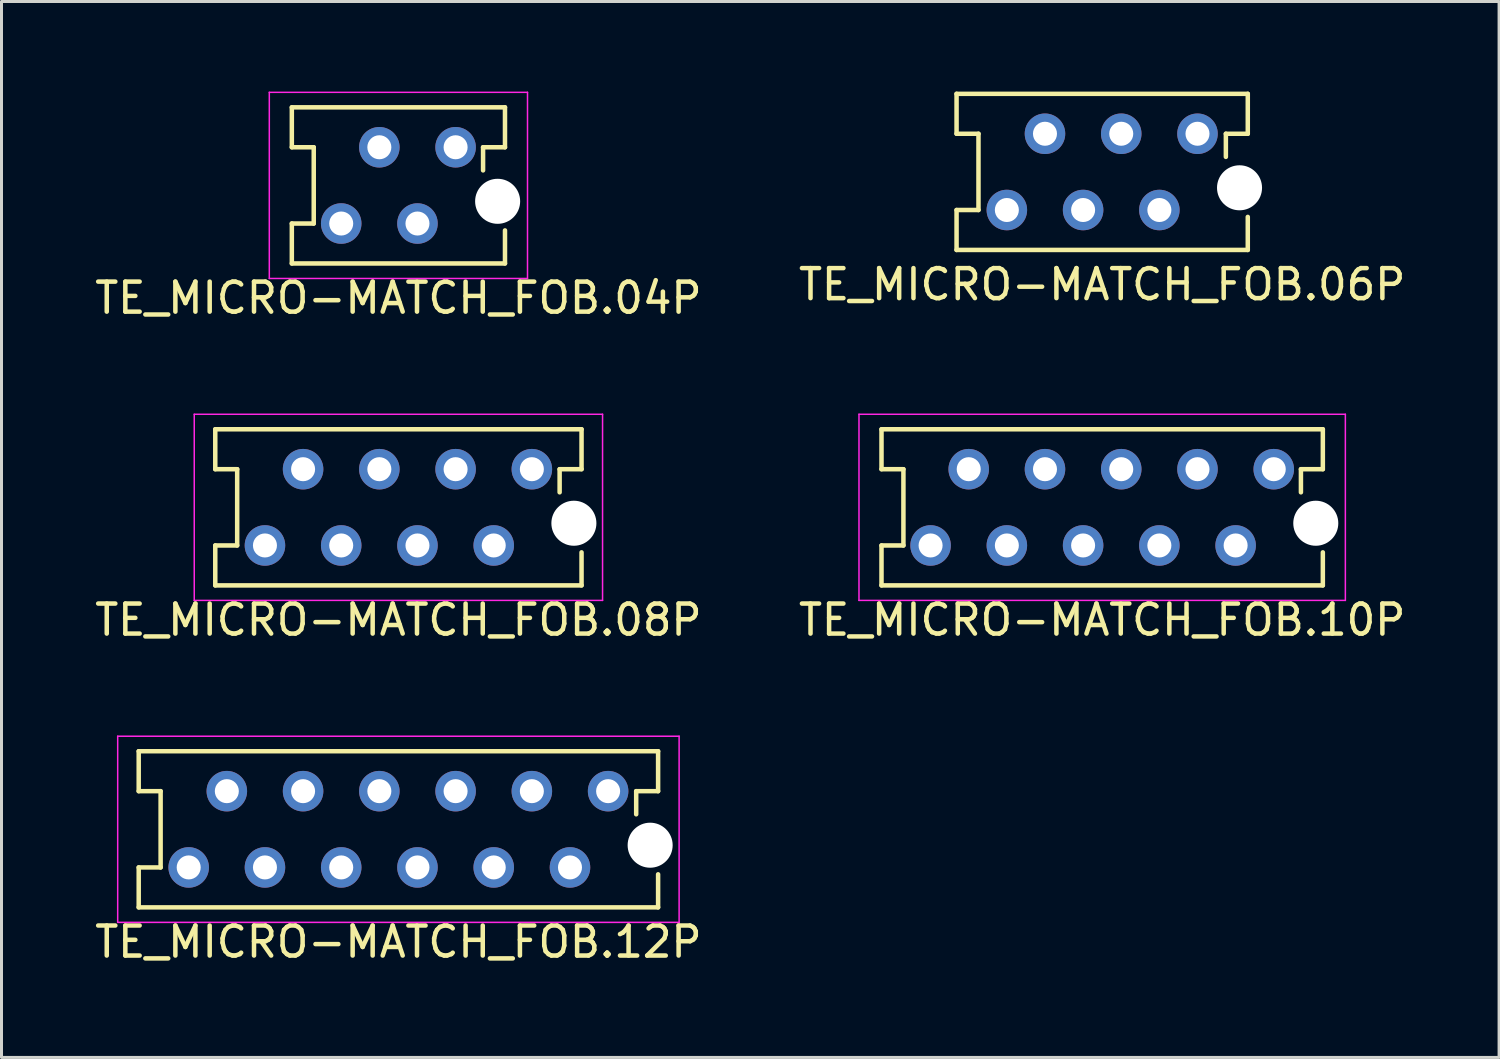
<source format=kicad_pcb>
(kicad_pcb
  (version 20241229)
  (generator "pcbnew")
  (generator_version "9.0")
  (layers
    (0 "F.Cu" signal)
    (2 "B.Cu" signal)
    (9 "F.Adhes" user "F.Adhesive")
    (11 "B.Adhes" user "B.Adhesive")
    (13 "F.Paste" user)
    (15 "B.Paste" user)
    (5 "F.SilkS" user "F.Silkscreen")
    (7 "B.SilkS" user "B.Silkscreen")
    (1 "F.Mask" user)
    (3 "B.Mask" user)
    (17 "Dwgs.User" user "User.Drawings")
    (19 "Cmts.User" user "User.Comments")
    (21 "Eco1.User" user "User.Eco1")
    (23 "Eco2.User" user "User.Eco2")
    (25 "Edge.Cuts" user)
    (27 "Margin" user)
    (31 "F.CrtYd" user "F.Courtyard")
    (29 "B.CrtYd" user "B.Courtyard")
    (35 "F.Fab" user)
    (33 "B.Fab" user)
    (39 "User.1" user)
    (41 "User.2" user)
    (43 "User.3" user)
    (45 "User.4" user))
  (footprint "TE_MICRO-MATCH_FOB.04P"
    (layer "F.Cu")
    (at 10.22 3.125)
    (property "Reference" "TE_MICRO-MATCH_FOB.04P" (at 0 3.75 0) (layer "F.SilkS") (effects (font (size 1 1) (thickness 0.15))))
    (attr through_hole)
    (fp_line (start -3.55 -2.6) (end -3.55 -1.27) (stroke (width 0.15) (type solid)) (layer "F.SilkS"))
    (fp_line (start -3.55 -2.6) (end 3.55 -2.6) (stroke (width 0.15) (type solid)) (layer "F.SilkS"))
    (fp_line (start -3.55 -1.27) (end -2.82 -1.27) (stroke (width 0.15) (type solid)) (layer "F.SilkS"))
    (fp_line (start -3.55 1.27) (end -2.82 1.27) (stroke (width 0.15) (type solid)) (layer "F.SilkS"))
    (fp_line (start -3.55 2.6) (end -3.55 1.27) (stroke (width 0.15) (type solid)) (layer "F.SilkS"))
    (fp_line (start -3.55 2.6) (end 3.55 2.6) (stroke (width 0.15) (type solid)) (layer "F.SilkS"))
    (fp_line (start -2.82 -1.27) (end -2.82 1.27) (stroke (width 0.15) (type solid)) (layer "F.SilkS"))
    (fp_line (start 2.82 -1.27) (end 2.82 -0.5) (stroke (width 0.15) (type solid)) (layer "F.SilkS"))
    (fp_line (start 3.55 -2.6) (end 3.55 -1.27) (stroke (width 0.15) (type solid)) (layer "F.SilkS"))
    (fp_line (start 3.55 -1.27) (end 2.82 -1.27) (stroke (width 0.15) (type solid)) (layer "F.SilkS"))
    (fp_line (start 3.55 2.6) (end 3.55 1.5) (stroke (width 0.15) (type solid)) (layer "F.SilkS"))
    (fp_line (start -4.3 -3.1) (end 4.3 -3.1) (stroke (width 0.05) (type solid)) (layer "F.CrtYd"))
    (fp_line (start -4.3 3.1) (end -4.3 -3.1) (stroke (width 0.05) (type solid)) (layer "F.CrtYd"))
    (fp_line (start 4.3 -3.1) (end 4.3 3.1) (stroke (width 0.05) (type solid)) (layer "F.CrtYd"))
    (fp_line (start 4.3 3.1) (end -4.3 3.1) (stroke (width 0.05) (type solid)) (layer "F.CrtYd"))
    (pad "" np_thru_hole circle (at 3.305 0.53) (size 1.5 1.5) (drill 1.5) (layers "*.Cu" "*.Mask"))
    (pad "1" thru_hole circle (at 1.905 -1.27) (size 1.35 1.35) (drill 0.8) (layers "*.Cu" "*.Mask"))
    (pad "2" thru_hole circle (at 0.635 1.27) (size 1.35 1.35) (drill 0.8) (layers "*.Cu" "*.Mask"))
    (pad "3" thru_hole circle (at -0.635 -1.27) (size 1.35 1.35) (drill 0.8) (layers "*.Cu" "*.Mask"))
    (pad "4" thru_hole circle (at -1.905 1.27) (size 1.35 1.35) (drill 0.8) (layers "*.Cu" "*.Mask")))
  (footprint "TE_MICRO-MATCH_FOB.10P"
    (layer "F.Cu")
    (at 33.661 13.848)
    (property "Reference" "TE_MICRO-MATCH_FOB.10P" (at 0 3.75 0) (layer "F.SilkS") (effects (font (size 1 1) (thickness 0.15))))
    (attr through_hole)
    (fp_line (start -7.35 -2.6) (end -7.35 -1.27) (stroke (width 0.15) (type solid)) (layer "F.SilkS"))
    (fp_line (start -7.35 -2.6) (end 7.35 -2.6) (stroke (width 0.15) (type solid)) (layer "F.SilkS"))
    (fp_line (start -7.35 -1.27) (end -6.62 -1.27) (stroke (width 0.15) (type solid)) (layer "F.SilkS"))
    (fp_line (start -7.35 1.27) (end -6.62 1.27) (stroke (width 0.15) (type solid)) (layer "F.SilkS"))
    (fp_line (start -7.35 2.6) (end -7.35 1.27) (stroke (width 0.15) (type solid)) (layer "F.SilkS"))
    (fp_line (start -7.35 2.6) (end 7.35 2.6) (stroke (width 0.15) (type solid)) (layer "F.SilkS"))
    (fp_line (start -6.62 -1.27) (end -6.62 1.27) (stroke (width 0.15) (type solid)) (layer "F.SilkS"))
    (fp_line (start 6.62 -1.27) (end 6.62 -0.5) (stroke (width 0.15) (type solid)) (layer "F.SilkS"))
    (fp_line (start 7.35 -2.6) (end 7.35 -1.27) (stroke (width 0.15) (type solid)) (layer "F.SilkS"))
    (fp_line (start 7.35 -1.27) (end 6.62 -1.27) (stroke (width 0.15) (type solid)) (layer "F.SilkS"))
    (fp_line (start 7.35 2.6) (end 7.35 1.5) (stroke (width 0.15) (type solid)) (layer "F.SilkS"))
    (fp_line (start -8.1 -3.1) (end 8.1 -3.1) (stroke (width 0.05) (type solid)) (layer "F.CrtYd"))
    (fp_line (start -8.1 3.1) (end -8.1 -3.1) (stroke (width 0.05) (type solid)) (layer "F.CrtYd"))
    (fp_line (start 8.1 -3.1) (end 8.1 3.1) (stroke (width 0.05) (type solid)) (layer "F.CrtYd"))
    (fp_line (start 8.1 3.1) (end -8.1 3.1) (stroke (width 0.05) (type solid)) (layer "F.CrtYd"))
    (pad "" np_thru_hole circle (at 7.115 0.53) (size 1.5 1.5) (drill 1.5) (layers "*.Cu" "*.Mask"))
    (pad "1" thru_hole circle (at 5.715 -1.27) (size 1.35 1.35) (drill 0.8) (layers "*.Cu" "*.Mask"))
    (pad "2" thru_hole circle (at 4.445 1.27) (size 1.35 1.35) (drill 0.8) (layers "*.Cu" "*.Mask"))
    (pad "3" thru_hole circle (at 3.175 -1.27) (size 1.35 1.35) (drill 0.8) (layers "*.Cu" "*.Mask"))
    (pad "4" thru_hole circle (at 1.905 1.27) (size 1.35 1.35) (drill 0.8) (layers "*.Cu" "*.Mask"))
    (pad "5" thru_hole circle (at 0.635 -1.27) (size 1.35 1.35) (drill 0.8) (layers "*.Cu" "*.Mask"))
    (pad "6" thru_hole circle (at -0.635 1.27) (size 1.35 1.35) (drill 0.8) (layers "*.Cu" "*.Mask"))
    (pad "7" thru_hole circle (at -1.905 -1.27) (size 1.35 1.35) (drill 0.8) (layers "*.Cu" "*.Mask"))
    (pad "8" thru_hole circle (at -3.175 1.27) (size 1.35 1.35) (drill 0.8) (layers "*.Cu" "*.Mask"))
    (pad "9" thru_hole circle (at -4.445 -1.27) (size 1.35 1.35) (drill 0.8) (layers "*.Cu" "*.Mask"))
    (pad "10" thru_hole circle (at -5.715 1.27) (size 1.35 1.35) (drill 0.8) (layers "*.Cu" "*.Mask")))
  (footprint "TE_MICRO-MATCH_FOB.12P"
    (layer "F.Cu")
    (at 10.22 24.572)
    (property "Reference" "TE_MICRO-MATCH_FOB.12P" (at 0 3.75 0) (layer "F.SilkS") (effects (font (size 1 1) (thickness 0.15))))
    (attr through_hole)
    (fp_line (start -8.65 -2.6) (end -8.65 -1.27) (stroke (width 0.15) (type solid)) (layer "F.SilkS"))
    (fp_line (start -8.65 -2.6) (end 8.65 -2.6) (stroke (width 0.15) (type solid)) (layer "F.SilkS"))
    (fp_line (start -8.65 -1.27) (end -7.92 -1.27) (stroke (width 0.15) (type solid)) (layer "F.SilkS"))
    (fp_line (start -8.65 1.27) (end -7.92 1.27) (stroke (width 0.15) (type solid)) (layer "F.SilkS"))
    (fp_line (start -8.65 2.6) (end -8.65 1.27) (stroke (width 0.15) (type solid)) (layer "F.SilkS"))
    (fp_line (start -8.65 2.6) (end 8.65 2.6) (stroke (width 0.15) (type solid)) (layer "F.SilkS"))
    (fp_line (start -7.92 -1.27) (end -7.92 1.27) (stroke (width 0.15) (type solid)) (layer "F.SilkS"))
    (fp_line (start 7.92 -1.27) (end 7.92 -0.5) (stroke (width 0.15) (type solid)) (layer "F.SilkS"))
    (fp_line (start 8.65 -2.6) (end 8.65 -1.27) (stroke (width 0.15) (type solid)) (layer "F.SilkS"))
    (fp_line (start 8.65 -1.27) (end 7.92 -1.27) (stroke (width 0.15) (type solid)) (layer "F.SilkS"))
    (fp_line (start 8.65 2.6) (end 8.65 1.5) (stroke (width 0.15) (type solid)) (layer "F.SilkS"))
    (fp_line (start -9.35 -3.1) (end 9.35 -3.1) (stroke (width 0.05) (type solid)) (layer "F.CrtYd"))
    (fp_line (start -9.35 3.1) (end -9.35 -3.1) (stroke (width 0.05) (type solid)) (layer "F.CrtYd"))
    (fp_line (start 9.35 -3.1) (end 9.35 3.1) (stroke (width 0.05) (type solid)) (layer "F.CrtYd"))
    (fp_line (start 9.35 3.1) (end -9.35 3.1) (stroke (width 0.05) (type solid)) (layer "F.CrtYd"))
    (pad "" np_thru_hole circle (at 8.385 0.53) (size 1.5 1.5) (drill 1.5) (layers "*.Cu" "*.Mask"))
    (pad "1" thru_hole circle (at 6.985 -1.27) (size 1.35 1.35) (drill 0.8) (layers "*.Cu" "*.Mask"))
    (pad "2" thru_hole circle (at 5.715 1.27) (size 1.35 1.35) (drill 0.8) (layers "*.Cu" "*.Mask"))
    (pad "3" thru_hole circle (at 4.445 -1.27) (size 1.35 1.35) (drill 0.8) (layers "*.Cu" "*.Mask"))
    (pad "4" thru_hole circle (at 3.175 1.27) (size 1.35 1.35) (drill 0.8) (layers "*.Cu" "*.Mask"))
    (pad "5" thru_hole circle (at 1.905 -1.27) (size 1.35 1.35) (drill 0.8) (layers "*.Cu" "*.Mask"))
    (pad "6" thru_hole circle (at 0.635 1.27) (size 1.35 1.35) (drill 0.8) (layers "*.Cu" "*.Mask"))
    (pad "7" thru_hole circle (at -0.635 -1.27) (size 1.35 1.35) (drill 0.8) (layers "*.Cu" "*.Mask"))
    (pad "8" thru_hole circle (at -1.905 1.27) (size 1.35 1.35) (drill 0.8) (layers "*.Cu" "*.Mask"))
    (pad "9" thru_hole circle (at -3.175 -1.27) (size 1.35 1.35) (drill 0.8) (layers "*.Cu" "*.Mask"))
    (pad "10" thru_hole circle (at -4.445 1.27) (size 1.35 1.35) (drill 0.8) (layers "*.Cu" "*.Mask"))
    (pad "11" thru_hole circle (at -5.715 -1.27) (size 1.35 1.35) (drill 0.8) (layers "*.Cu" "*.Mask"))
    (pad "12" thru_hole circle (at -6.985 1.27) (size 1.35 1.35) (drill 0.8) (layers "*.Cu" "*.Mask")))
  (footprint "TE_MICRO-MATCH_FOB.06P"
    (layer "F.Cu")
    (at 33.661 2.675)
    (property "Reference" "TE_MICRO-MATCH_FOB.06P" (at 0 3.75 0) (layer "F.SilkS") (effects (font (size 1 1) (thickness 0.15))))
    (attr through_hole)
    (fp_line (start -4.85 -2.6) (end -4.85 -1.27) (stroke (width 0.15) (type solid)) (layer "F.SilkS"))
    (fp_line (start -4.85 -2.6) (end 4.85 -2.6) (stroke (width 0.15) (type solid)) (layer "F.SilkS"))
    (fp_line (start -4.85 -1.27) (end -4.12 -1.27) (stroke (width 0.15) (type solid)) (layer "F.SilkS"))
    (fp_line (start -4.85 1.27) (end -4.12 1.27) (stroke (width 0.15) (type solid)) (layer "F.SilkS"))
    (fp_line (start -4.85 2.6) (end -4.85 1.27) (stroke (width 0.15) (type solid)) (layer "F.SilkS"))
    (fp_line (start -4.85 2.6) (end 4.85 2.6) (stroke (width 0.15) (type solid)) (layer "F.SilkS"))
    (fp_line (start -4.12 -1.27) (end -4.12 1.27) (stroke (width 0.15) (type solid)) (layer "F.SilkS"))
    (fp_line (start 4.12 -1.27) (end 4.12 -0.5) (stroke (width 0.15) (type solid)) (layer "F.SilkS"))
    (fp_line (start 4.85 -2.6) (end 4.85 -1.27) (stroke (width 0.15) (type solid)) (layer "F.SilkS"))
    (fp_line (start 4.85 -1.27) (end 4.12 -1.27) (stroke (width 0.15) (type solid)) (layer "F.SilkS"))
    (fp_line (start 4.85 2.6) (end 4.85 1.5) (stroke (width 0.15) (type solid)) (layer "F.SilkS"))
    (pad "" np_thru_hole circle (at 4.575 0.53) (size 1.5 1.5) (drill 1.5) (layers "*.Cu" "*.Mask"))
    (pad "1" thru_hole circle (at 3.175 -1.27) (size 1.35 1.35) (drill 0.8) (layers "*.Cu" "*.Mask"))
    (pad "2" thru_hole circle (at 1.905 1.27) (size 1.35 1.35) (drill 0.8) (layers "*.Cu" "*.Mask"))
    (pad "3" thru_hole circle (at 0.635 -1.27) (size 1.35 1.35) (drill 0.8) (layers "*.Cu" "*.Mask"))
    (pad "4" thru_hole circle (at -0.635 1.27) (size 1.35 1.35) (drill 0.8) (layers "*.Cu" "*.Mask"))
    (pad "5" thru_hole circle (at -1.905 -1.27) (size 1.35 1.35) (drill 0.8) (layers "*.Cu" "*.Mask"))
    (pad "6" thru_hole circle (at -3.175 1.27) (size 1.35 1.35) (drill 0.8) (layers "*.Cu" "*.Mask")))
  (footprint "TE_MICRO-MATCH_FOB.08P"
    (layer "F.Cu")
    (at 10.22 13.848)
    (property "Reference" "TE_MICRO-MATCH_FOB.08P" (at 0 3.75 0) (layer "F.SilkS") (effects (font (size 1 1) (thickness 0.15))))
    (attr through_hole)
    (fp_line (start -6.1 -2.6) (end -6.1 -1.27) (stroke (width 0.15) (type solid)) (layer "F.SilkS"))
    (fp_line (start -6.1 -2.6) (end 6.1 -2.6) (stroke (width 0.15) (type solid)) (layer "F.SilkS"))
    (fp_line (start -6.1 -1.27) (end -5.37 -1.27) (stroke (width 0.15) (type solid)) (layer "F.SilkS"))
    (fp_line (start -6.1 1.27) (end -5.37 1.27) (stroke (width 0.15) (type solid)) (layer "F.SilkS"))
    (fp_line (start -6.1 2.6) (end -6.1 1.27) (stroke (width 0.15) (type solid)) (layer "F.SilkS"))
    (fp_line (start -6.1 2.6) (end 6.1 2.6) (stroke (width 0.15) (type solid)) (layer "F.SilkS"))
    (fp_line (start -5.37 -1.27) (end -5.37 1.27) (stroke (width 0.15) (type solid)) (layer "F.SilkS"))
    (fp_line (start 5.37 -1.27) (end 5.37 -0.5) (stroke (width 0.15) (type solid)) (layer "F.SilkS"))
    (fp_line (start 6.1 -2.6) (end 6.1 -1.27) (stroke (width 0.15) (type solid)) (layer "F.SilkS"))
    (fp_line (start 6.1 -1.27) (end 5.37 -1.27) (stroke (width 0.15) (type solid)) (layer "F.SilkS"))
    (fp_line (start 6.1 2.6) (end 6.1 1.5) (stroke (width 0.15) (type solid)) (layer "F.SilkS"))
    (fp_line (start -6.8 -3.1) (end 6.8 -3.1) (stroke (width 0.05) (type solid)) (layer "F.CrtYd"))
    (fp_line (start -6.8 3.1) (end -6.8 -3.1) (stroke (width 0.05) (type solid)) (layer "F.CrtYd"))
    (fp_line (start 6.8 -3.1) (end 6.8 3.1) (stroke (width 0.05) (type solid)) (layer "F.CrtYd"))
    (fp_line (start 6.8 3.1) (end -6.8 3.1) (stroke (width 0.05) (type solid)) (layer "F.CrtYd"))
    (pad "" np_thru_hole circle (at 5.845 0.53) (size 1.5 1.5) (drill 1.5) (layers "*.Cu" "*.Mask"))
    (pad "1" thru_hole circle (at 4.445 -1.27) (size 1.35 1.35) (drill 0.8) (layers "*.Cu" "*.Mask"))
    (pad "2" thru_hole circle (at 3.175 1.27) (size 1.35 1.35) (drill 0.8) (layers "*.Cu" "*.Mask"))
    (pad "3" thru_hole circle (at 1.905 -1.27) (size 1.35 1.35) (drill 0.8) (layers "*.Cu" "*.Mask"))
    (pad "4" thru_hole circle (at 0.635 1.27) (size 1.35 1.35) (drill 0.8) (layers "*.Cu" "*.Mask"))
    (pad "5" thru_hole circle (at -0.635 -1.27) (size 1.35 1.35) (drill 0.8) (layers "*.Cu" "*.Mask"))
    (pad "6" thru_hole circle (at -1.905 1.27) (size 1.35 1.35) (drill 0.8) (layers "*.Cu" "*.Mask"))
    (pad "7" thru_hole circle (at -3.175 -1.27) (size 1.35 1.35) (drill 0.8) (layers "*.Cu" "*.Mask"))
    (pad "8" thru_hole circle (at -4.445 1.27) (size 1.35 1.35) (drill 0.8) (layers "*.Cu" "*.Mask")))
  (gr_rect
    (start -3 -3)
    (end 46.881 32.17)
    (stroke (width 0.1) (type default))
    (fill no)
    (layer "Edge.Cuts")))
</source>
